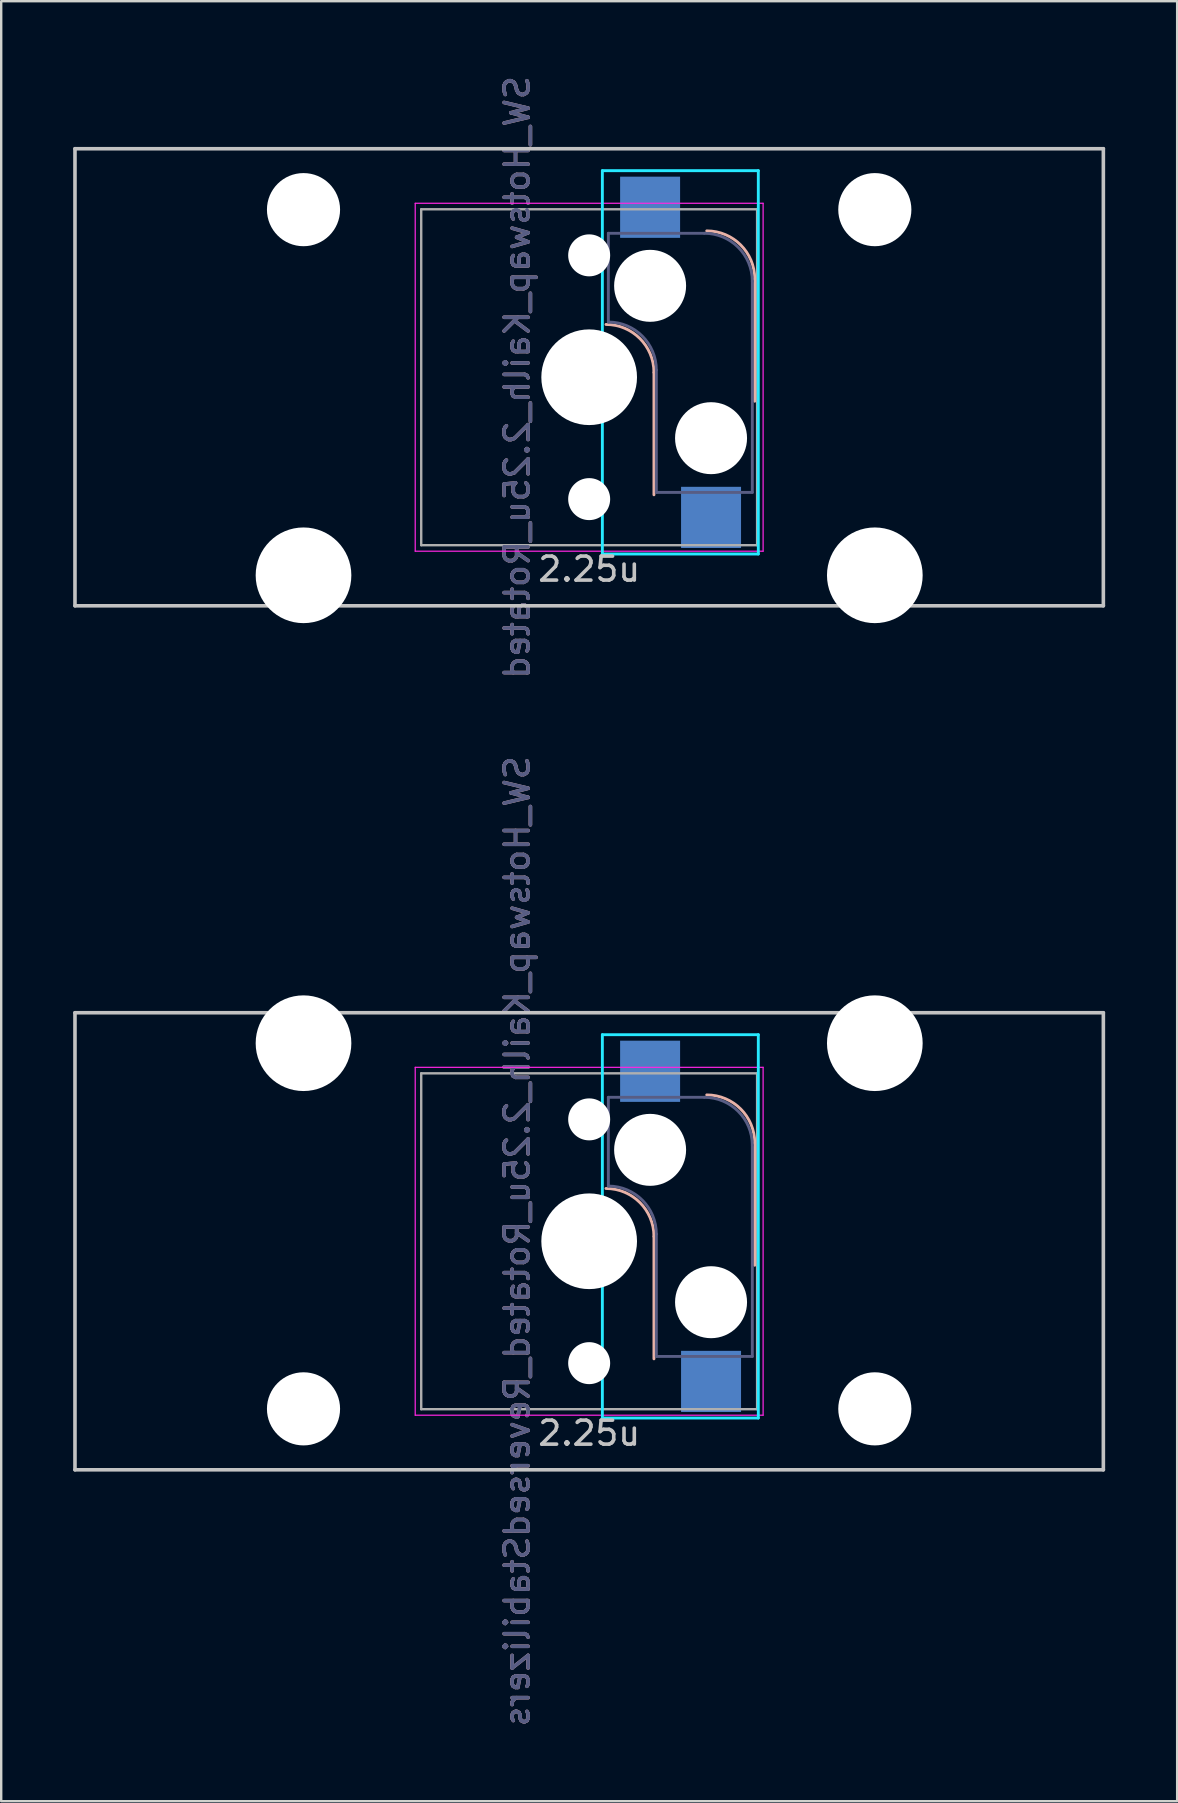
<source format=kicad_pcb>
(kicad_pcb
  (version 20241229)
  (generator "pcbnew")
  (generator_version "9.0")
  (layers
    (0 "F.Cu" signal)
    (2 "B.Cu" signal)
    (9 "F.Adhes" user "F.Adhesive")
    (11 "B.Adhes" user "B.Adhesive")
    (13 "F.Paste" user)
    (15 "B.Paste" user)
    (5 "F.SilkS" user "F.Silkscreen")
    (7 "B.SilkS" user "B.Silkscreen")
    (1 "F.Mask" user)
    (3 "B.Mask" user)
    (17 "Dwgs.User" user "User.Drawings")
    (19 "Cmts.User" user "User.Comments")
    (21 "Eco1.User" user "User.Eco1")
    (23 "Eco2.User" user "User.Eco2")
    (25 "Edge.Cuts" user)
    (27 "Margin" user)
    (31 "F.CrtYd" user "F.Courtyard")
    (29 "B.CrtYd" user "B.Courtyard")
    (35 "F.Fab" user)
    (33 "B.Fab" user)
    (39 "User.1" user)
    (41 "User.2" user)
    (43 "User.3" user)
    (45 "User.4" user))
  (footprint "SW_Hotswap_Kailh_2.25u_Rotated_ReversedStabilizers"
    (layer "F.Cu")
    (at 21.506 48.685)
    (property "Reference" "SW_Hotswap_Kailh_2.25u_Rotated_ReversedStabilizers" (at -3 0 90) (layer "B.SilkS") (effects (font (size 1 1) (thickness 0.15)) (justify mirror)))
    (attr through_hole)
    (fp_line (start 2.7 4.9) (end 2.7 -0.2) (stroke (width 0.12) (type solid)) (layer "B.SilkS"))
    (fp_line (start 6.9 1) (end 6.9 -4.1) (stroke (width 0.12) (type solid)) (layer "B.SilkS"))
    (fp_arc (start 0.7 -2.2) (mid 2.114214 -1.614214) (end 2.7 -0.2) (stroke (width 0.12) (type solid)) (layer "B.SilkS"))
    (fp_arc (start 4.9 -6.1) (mid 6.314214 -5.514214) (end 6.9 -4.1) (stroke (width 0.12) (type solid)) (layer "B.SilkS"))
    (fp_line (start -21.431 -9.525) (end 21.431 -9.525) (stroke (width 0.15) (type solid)) (layer "Dwgs.User"))
    (fp_line (start -21.431 9.525) (end -21.431 -9.525) (stroke (width 0.15) (type solid)) (layer "Dwgs.User"))
    (fp_line (start -21.431 9.525) (end 21.431 9.525) (stroke (width 0.15) (type solid)) (layer "Dwgs.User"))
    (fp_line (start 21.431 -9.525) (end 21.431 9.525) (stroke (width 0.15) (type solid)) (layer "Dwgs.User"))
    (fp_line (start 0.55 -8.61) (end 0.55 7.367) (stroke (width 0.12) (type solid)) (layer "B.CrtYd"))
    (fp_line (start 0.55 -8.61) (end 7.05 -8.61) (stroke (width 0.12) (type solid)) (layer "B.CrtYd"))
    (fp_line (start 7.05 -8.61) (end 7.05 7.367) (stroke (width 0.12) (type solid)) (layer "B.CrtYd"))
    (fp_line (start 7.05 7.367) (end 0.55 7.367) (stroke (width 0.12) (type solid)) (layer "B.CrtYd"))
    (fp_line (start -7.25 -7.25) (end 7.25 -7.25) (stroke (width 0.05) (type solid)) (layer "F.CrtYd"))
    (fp_line (start -7.25 7.25) (end -7.25 -7.25) (stroke (width 0.05) (type solid)) (layer "F.CrtYd"))
    (fp_line (start 7.25 -7.25) (end 7.25 7.25) (stroke (width 0.05) (type solid)) (layer "F.CrtYd"))
    (fp_line (start 7.25 7.25) (end -7.25 7.25) (stroke (width 0.05) (type solid)) (layer "F.CrtYd"))
    (fp_line (start 0.8 -6) (end 0.8 -2.3) (stroke (width 0.12) (type solid)) (layer "B.Fab"))
    (fp_line (start 0.8 -6) (end 4.8 -6) (stroke (width 0.12) (type solid)) (layer "B.Fab"))
    (fp_line (start 2.8 -0.3) (end 2.8 4.8) (stroke (width 0.12) (type solid)) (layer "B.Fab"))
    (fp_line (start 6.8 -4) (end 6.8 4.8) (stroke (width 0.12) (type solid)) (layer "B.Fab"))
    (fp_line (start 6.8 4.8) (end 2.8 4.8) (stroke (width 0.12) (type solid)) (layer "B.Fab"))
    (fp_arc (start 0.8 -2.3) (mid 2.214214 -1.714214) (end 2.8 -0.3) (stroke (width 0.12) (type solid)) (layer "B.Fab"))
    (fp_arc (start 4.8 -6) (mid 6.214214 -5.414214) (end 6.8 -4) (stroke (width 0.12) (type solid)) (layer "B.Fab"))
    (fp_line (start -7 -7) (end 7 -7) (stroke (width 0.1) (type solid)) (layer "F.Fab"))
    (fp_line (start -7 7) (end -7 -7) (stroke (width 0.1) (type solid)) (layer "F.Fab"))
    (fp_line (start 7 -7) (end 7 7) (stroke (width 0.1) (type solid)) (layer "F.Fab"))
    (fp_line (start 7 7) (end -7 7) (stroke (width 0.1) (type solid)) (layer "F.Fab"))
    (fp_text user "2.25u" (at 0 8 0) (layer "Dwgs.User") (effects (font (size 1 1) (thickness 0.15))))
    (fp_text user "${REFERENCE}" (at -3 0 90) (layer "B.Fab") (effects (font (size 1 1) (thickness 0.15)) (justify mirror)))
    (pad "" np_thru_hole circle (at -11.906 -8.255) (size 3.988 3.988) (drill 3.988) (layers "*.Cu" "*.Mask"))
    (pad "" np_thru_hole circle (at -11.906 6.985) (size 3.048 3.048) (drill 3.048) (layers "*.Cu" "*.Mask"))
    (pad "" np_thru_hole circle (at 0 -5.08 318.1) (size 1.75 1.75) (drill 1.75) (layers "*.Cu" "*.Mask"))
    (pad "" np_thru_hole circle (at 0 0 270) (size 3.988 3.988) (drill 3.988) (layers "*.Cu" "*.Mask"))
    (pad "" np_thru_hole circle (at 0 5.08 318.1) (size 1.75 1.75) (drill 1.75) (layers "*.Cu" "*.Mask"))
    (pad "" np_thru_hole circle (at 2.54 -3.81 270) (size 3 3) (drill 3) (layers "*.Cu" "*.Mask"))
    (pad "" np_thru_hole circle (at 5.08 2.54 270) (size 3 3) (drill 3) (layers "*.Cu" "*.Mask"))
    (pad "" np_thru_hole circle (at 11.906 -8.255) (size 3.988 3.988) (drill 3.988) (layers "*.Cu" "*.Mask"))
    (pad "" np_thru_hole circle (at 11.906 6.985) (size 3.048 3.048) (drill 3.048) (layers "*.Cu" "*.Mask"))
    (pad "1" smd rect (at 2.54 -7.085 270) (size 2.55 2.5) (layers "B.Cu" "B.Mask" "B.Paste"))
    (pad "2" smd rect (at 5.08 5.842 270) (size 2.55 2.5) (layers "B.Cu" "B.Mask" "B.Paste")))
  (footprint "SW_Hotswap_Kailh_2.25u_Rotated"
    (layer "F.Cu")
    (at 21.506 12.673)
    (property "Reference" "SW_Hotswap_Kailh_2.25u_Rotated" (at -3 0 90) (layer "B.SilkS") (effects (font (size 1 1) (thickness 0.15)) (justify mirror)))
    (attr through_hole)
    (fp_line (start 2.7 4.9) (end 2.7 -0.2) (stroke (width 0.12) (type solid)) (layer "B.SilkS"))
    (fp_line (start 6.9 1) (end 6.9 -4.1) (stroke (width 0.12) (type solid)) (layer "B.SilkS"))
    (fp_arc (start 0.7 -2.2) (mid 2.114214 -1.614214) (end 2.7 -0.2) (stroke (width 0.12) (type solid)) (layer "B.SilkS"))
    (fp_arc (start 4.9 -6.1) (mid 6.314214 -5.514214) (end 6.9 -4.1) (stroke (width 0.12) (type solid)) (layer "B.SilkS"))
    (fp_line (start -21.431 -9.525) (end 21.431 -9.525) (stroke (width 0.15) (type solid)) (layer "Dwgs.User"))
    (fp_line (start -21.431 9.525) (end -21.431 -9.525) (stroke (width 0.15) (type solid)) (layer "Dwgs.User"))
    (fp_line (start -21.431 9.525) (end 21.431 9.525) (stroke (width 0.15) (type solid)) (layer "Dwgs.User"))
    (fp_line (start 21.431 -9.525) (end 21.431 9.525) (stroke (width 0.15) (type solid)) (layer "Dwgs.User"))
    (fp_line (start 0.55 -8.61) (end 0.55 7.367) (stroke (width 0.12) (type solid)) (layer "B.CrtYd"))
    (fp_line (start 0.55 -8.61) (end 7.05 -8.61) (stroke (width 0.12) (type solid)) (layer "B.CrtYd"))
    (fp_line (start 7.05 -8.61) (end 7.05 7.367) (stroke (width 0.12) (type solid)) (layer "B.CrtYd"))
    (fp_line (start 7.05 7.367) (end 0.55 7.367) (stroke (width 0.12) (type solid)) (layer "B.CrtYd"))
    (fp_line (start -7.25 -7.25) (end 7.25 -7.25) (stroke (width 0.05) (type solid)) (layer "F.CrtYd"))
    (fp_line (start -7.25 7.25) (end -7.25 -7.25) (stroke (width 0.05) (type solid)) (layer "F.CrtYd"))
    (fp_line (start 7.25 -7.25) (end 7.25 7.25) (stroke (width 0.05) (type solid)) (layer "F.CrtYd"))
    (fp_line (start 7.25 7.25) (end -7.25 7.25) (stroke (width 0.05) (type solid)) (layer "F.CrtYd"))
    (fp_line (start 0.8 -6) (end 0.8 -2.3) (stroke (width 0.12) (type solid)) (layer "B.Fab"))
    (fp_line (start 0.8 -6) (end 4.8 -6) (stroke (width 0.12) (type solid)) (layer "B.Fab"))
    (fp_line (start 2.8 -0.3) (end 2.8 4.8) (stroke (width 0.12) (type solid)) (layer "B.Fab"))
    (fp_line (start 6.8 -4) (end 6.8 4.8) (stroke (width 0.12) (type solid)) (layer "B.Fab"))
    (fp_line (start 6.8 4.8) (end 2.8 4.8) (stroke (width 0.12) (type solid)) (layer "B.Fab"))
    (fp_arc (start 0.8 -2.3) (mid 2.214214 -1.714214) (end 2.8 -0.3) (stroke (width 0.12) (type solid)) (layer "B.Fab"))
    (fp_arc (start 4.8 -6) (mid 6.214214 -5.414214) (end 6.8 -4) (stroke (width 0.12) (type solid)) (layer "B.Fab"))
    (fp_line (start -7 -7) (end 7 -7) (stroke (width 0.1) (type solid)) (layer "F.Fab"))
    (fp_line (start -7 7) (end -7 -7) (stroke (width 0.1) (type solid)) (layer "F.Fab"))
    (fp_line (start 7 -7) (end 7 7) (stroke (width 0.1) (type solid)) (layer "F.Fab"))
    (fp_line (start 7 7) (end -7 7) (stroke (width 0.1) (type solid)) (layer "F.Fab"))
    (fp_text user "2.25u" (at 0 8 0) (layer "Dwgs.User") (effects (font (size 1 1) (thickness 0.15))))
    (fp_text user "${REFERENCE}" (at -3 0 90) (layer "B.Fab") (effects (font (size 1 1) (thickness 0.15)) (justify mirror)))
    (pad "" np_thru_hole circle (at -11.906 -6.985) (size 3.048 3.048) (drill 3.048) (layers "*.Cu" "*.Mask"))
    (pad "" np_thru_hole circle (at -11.906 8.255) (size 3.988 3.988) (drill 3.988) (layers "*.Cu" "*.Mask"))
    (pad "" np_thru_hole circle (at 0 -5.08 318.1) (size 1.75 1.75) (drill 1.75) (layers "*.Cu" "*.Mask"))
    (pad "" np_thru_hole circle (at 0 0 270) (size 3.988 3.988) (drill 3.988) (layers "*.Cu" "*.Mask"))
    (pad "" np_thru_hole circle (at 0 5.08 318.1) (size 1.75 1.75) (drill 1.75) (layers "*.Cu" "*.Mask"))
    (pad "" np_thru_hole circle (at 2.54 -3.81 270) (size 3 3) (drill 3) (layers "*.Cu" "*.Mask"))
    (pad "" np_thru_hole circle (at 5.08 2.54 270) (size 3 3) (drill 3) (layers "*.Cu" "*.Mask"))
    (pad "" np_thru_hole circle (at 11.906 -6.985) (size 3.048 3.048) (drill 3.048) (layers "*.Cu" "*.Mask"))
    (pad "" np_thru_hole circle (at 11.906 8.255) (size 3.988 3.988) (drill 3.988) (layers "*.Cu" "*.Mask"))
    (pad "1" smd rect (at 2.54 -7.085 270) (size 2.55 2.5) (layers "B.Cu" "B.Mask" "B.Paste"))
    (pad "2" smd rect (at 5.08 5.842 270) (size 2.55 2.5) (layers "B.Cu" "B.Mask" "B.Paste")))
  (gr_rect
    (start -3 -3)
    (end 46.013 72.024)
    (stroke (width 0.1) (type default))
    (fill no)
    (layer "Edge.Cuts")))
</source>
